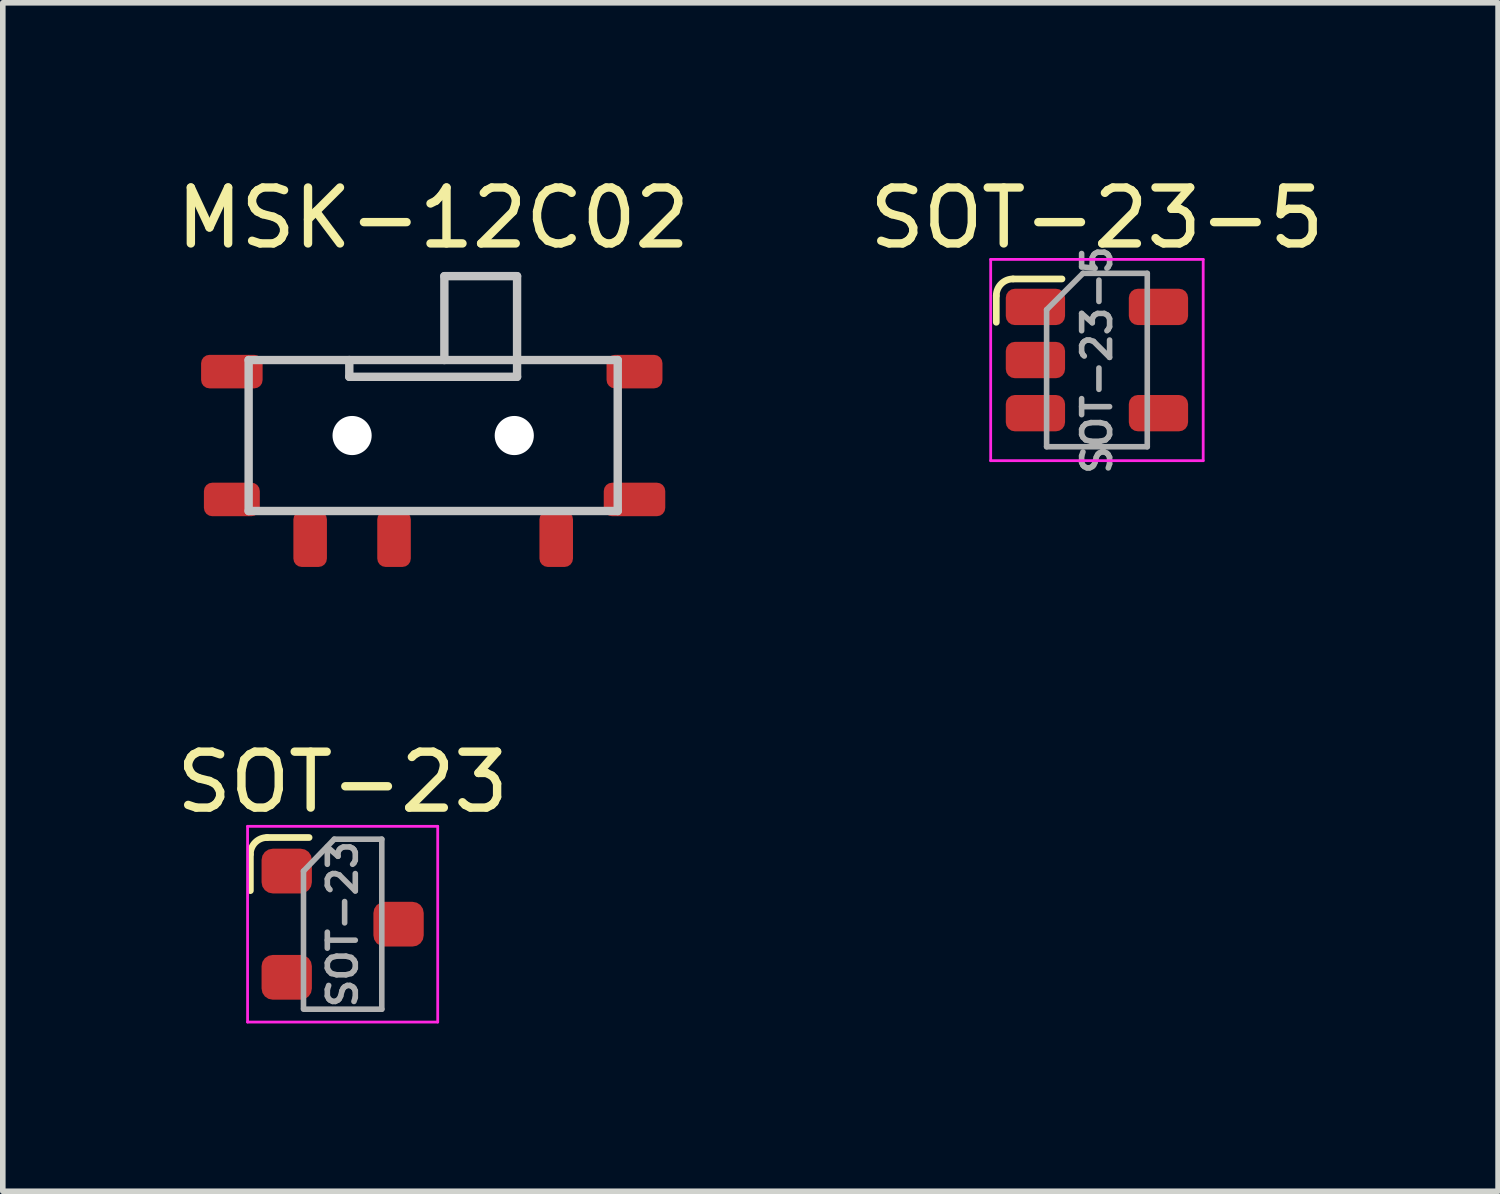
<source format=kicad_pcb>
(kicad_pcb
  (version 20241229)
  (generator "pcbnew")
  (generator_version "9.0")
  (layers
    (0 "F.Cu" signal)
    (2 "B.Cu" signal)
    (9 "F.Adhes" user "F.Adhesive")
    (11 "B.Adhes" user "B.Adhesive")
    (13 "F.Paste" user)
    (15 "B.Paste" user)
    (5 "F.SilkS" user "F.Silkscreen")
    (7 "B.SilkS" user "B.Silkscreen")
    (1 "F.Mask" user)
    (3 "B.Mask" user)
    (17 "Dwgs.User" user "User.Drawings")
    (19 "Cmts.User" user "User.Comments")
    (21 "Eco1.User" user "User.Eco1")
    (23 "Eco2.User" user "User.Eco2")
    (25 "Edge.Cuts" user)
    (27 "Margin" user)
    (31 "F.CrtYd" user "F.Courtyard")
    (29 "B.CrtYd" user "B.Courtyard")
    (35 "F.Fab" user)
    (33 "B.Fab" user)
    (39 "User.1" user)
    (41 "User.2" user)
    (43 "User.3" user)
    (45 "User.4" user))
  (footprint "MSK-12C02"
    (layer "F.Cu")
    (at 4.696 4.658)
    (property "Reference" "MSK-12C02" (at 0 -3.81 0) (layer "F.SilkS") (effects (font (size 1 1) (thickness 0.15))))
    (fp_line (start -3.3 -1.27) (end -3.3 1.43) (stroke (width 0.15) (type solid)) (layer "Dwgs.User"))
    (fp_line (start -1.5 -0.97) (end -1.5 -1.27) (stroke (width 0.15) (type solid)) (layer "Dwgs.User"))
    (fp_line (start -1.5 -0.97) (end 1.5 -0.97) (stroke (width 0.15) (type solid)) (layer "Dwgs.User"))
    (fp_line (start 0.2 -2.77) (end 1.5 -2.77) (stroke (width 0.15) (type solid)) (layer "Dwgs.User"))
    (fp_line (start 0.2 -1.27) (end 0.2 -2.77) (stroke (width 0.15) (type solid)) (layer "Dwgs.User"))
    (fp_line (start 1.5 -2.77) (end 1.5 -1.27) (stroke (width 0.15) (type solid)) (layer "Dwgs.User"))
    (fp_line (start 1.5 -0.97) (end 1.5 -1.27) (stroke (width 0.15) (type solid)) (layer "Dwgs.User"))
    (fp_line (start 3.3 -1.27) (end -3.3 -1.27) (stroke (width 0.15) (type solid)) (layer "Dwgs.User"))
    (fp_line (start 3.3 -1.27) (end 3.3 1.43) (stroke (width 0.15) (type solid)) (layer "Dwgs.User"))
    (fp_line (start 3.3 1.43) (end -3.3 1.43) (stroke (width 0.15) (type solid)) (layer "Dwgs.User"))
    (pad "" smd roundrect (at -3.6 -1.063) (size 1.1 0.6) (layers "F.Cu" "F.Mask" "F.Paste") (roundrect_rratio 0.25))
    (pad "" smd roundrect (at -3.6 1.223) (size 1 0.6) (layers "F.Cu" "F.Mask" "F.Paste") (roundrect_rratio 0.25))
    (pad "" np_thru_hole circle (at -1.45 0.08 90) (size 0.7 0.7) (drill 0.7) (layers "*.Cu" "*.Mask"))
    (pad "" np_thru_hole circle (at 1.45 0.08 90) (size 0.7 0.7) (drill 0.7) (layers "*.Cu" "*.Mask"))
    (pad "" smd roundrect (at 3.6 -1.063) (size 1 0.6) (layers "F.Cu" "F.Mask" "F.Paste") (roundrect_rratio 0.25))
    (pad "" smd roundrect (at 3.6 1.223) (size 1.1 0.6) (layers "F.Cu" "F.Mask" "F.Paste") (roundrect_rratio 0.25))
    (pad "1" smd roundrect (at 2.2 1.93 90) (size 1 0.6) (layers "F.Cu" "F.Mask" "F.Paste") (roundrect_rratio 0.25))
    (pad "2" smd roundrect (at -0.7 1.93 90) (size 1 0.6) (layers "F.Cu" "F.Mask" "F.Paste") (roundrect_rratio 0.25))
    (pad "3" smd roundrect (at -2.2 1.93 90) (size 1 0.6) (layers "F.Cu" "F.Mask" "F.Paste") (roundrect_rratio 0.25)))
  (footprint "SOT-23-5"
    (layer "F.Cu")
    (at 16.565 3.388)
    (property "Reference" "SOT-23-5" (at 0 -2.54 0) (layer "F.SilkS") (effects (font (size 1 1) (thickness 0.15))))
    (fp_line (start -1.8 -0.675) (end -1.8 -1.15) (stroke (width 0.12) (type solid)) (layer "F.SilkS"))
    (fp_line (start -1.5 -1.45) (end -0.625 -1.45) (stroke (width 0.12) (type solid)) (layer "F.SilkS"))
    (fp_arc (start -1.8 -1.15) (mid -1.712132 -1.362132) (end -1.5 -1.45) (stroke (width 0.12) (type solid)) (layer "F.SilkS"))
    (fp_line (start -1.9 -1.8) (end 1.9 -1.8) (stroke (width 0.05) (type solid)) (layer "F.CrtYd"))
    (fp_line (start -1.9 1.8) (end -1.9 -1.8) (stroke (width 0.05) (type solid)) (layer "F.CrtYd"))
    (fp_line (start 1.9 -1.8) (end 1.9 1.8) (stroke (width 0.05) (type solid)) (layer "F.CrtYd"))
    (fp_line (start 1.9 1.8) (end -1.9 1.8) (stroke (width 0.05) (type solid)) (layer "F.CrtYd"))
    (fp_line (start -0.9 -0.9) (end -0.9 1.55) (stroke (width 0.1) (type solid)) (layer "F.Fab"))
    (fp_line (start -0.9 -0.9) (end -0.25 -1.55) (stroke (width 0.1) (type solid)) (layer "F.Fab"))
    (fp_line (start 0.9 -1.55) (end -0.25 -1.55) (stroke (width 0.1) (type solid)) (layer "F.Fab"))
    (fp_line (start 0.9 -1.55) (end 0.9 1.55) (stroke (width 0.1) (type solid)) (layer "F.Fab"))
    (fp_line (start 0.9 1.55) (end -0.9 1.55) (stroke (width 0.1) (type solid)) (layer "F.Fab"))
    (fp_text user "${REFERENCE}" (at 0 0 90) (unlocked yes) (layer "F.Fab") (effects (font (size 0.5 0.5) (thickness 0.1))))
    (pad "1" smd roundrect (at -1.1 -0.95) (size 1.06 0.65) (layers "F.Cu" "F.Mask" "F.Paste") (roundrect_rratio 0.25))
    (pad "2" smd roundrect (at -1.1 0) (size 1.06 0.65) (layers "F.Cu" "F.Mask" "F.Paste") (roundrect_rratio 0.25))
    (pad "3" smd roundrect (at -1.1 0.95) (size 1.06 0.65) (layers "F.Cu" "F.Mask" "F.Paste") (roundrect_rratio 0.25))
    (pad "4" smd roundrect (at 1.1 0.95) (size 1.06 0.65) (layers "F.Cu" "F.Mask" "F.Paste") (roundrect_rratio 0.25))
    (pad "5" smd roundrect (at 1.1 -0.95) (size 1.06 0.65) (layers "F.Cu" "F.Mask" "F.Paste") (roundrect_rratio 0.25)))
  (footprint "SOT-23"
    (layer "F.Cu")
    (at 3.077 13.476)
    (property "Reference" "SOT-23" (at 0 -2.54 0) (layer "F.SilkS") (effects (font (size 1 1) (thickness 0.15))))
    (fp_line (start -1.65 -0.6) (end -1.65 -1.25) (stroke (width 0.12) (type solid)) (layer "F.SilkS"))
    (fp_line (start -1.35 -1.55) (end -0.6 -1.55) (stroke (width 0.12) (type solid)) (layer "F.SilkS"))
    (fp_arc (start -1.65 -1.25) (mid -1.562132 -1.462132) (end -1.35 -1.55) (stroke (width 0.12) (type solid)) (layer "F.SilkS"))
    (fp_line (start -1.7 -1.75) (end 1.7 -1.75) (stroke (width 0.05) (type solid)) (layer "F.CrtYd"))
    (fp_line (start -1.7 1.75) (end -1.7 -1.75) (stroke (width 0.05) (type solid)) (layer "F.CrtYd"))
    (fp_line (start 1.7 -1.75) (end 1.7 1.75) (stroke (width 0.05) (type solid)) (layer "F.CrtYd"))
    (fp_line (start 1.7 1.75) (end -1.7 1.75) (stroke (width 0.05) (type solid)) (layer "F.CrtYd"))
    (fp_line (start -0.7 -0.95) (end -0.7 1.5) (stroke (width 0.1) (type solid)) (layer "F.Fab"))
    (fp_line (start -0.7 -0.95) (end -0.15 -1.52) (stroke (width 0.1) (type solid)) (layer "F.Fab"))
    (fp_line (start -0.7 1.52) (end 0.7 1.52) (stroke (width 0.1) (type solid)) (layer "F.Fab"))
    (fp_line (start -0.15 -1.52) (end 0.7 -1.52) (stroke (width 0.1) (type solid)) (layer "F.Fab"))
    (fp_line (start 0.7 -1.52) (end 0.7 1.52) (stroke (width 0.1) (type solid)) (layer "F.Fab"))
    (fp_text user "${REFERENCE}" (at 0 0 90) (unlocked yes) (layer "F.Fab") (effects (font (size 0.5 0.5) (thickness 0.1))))
    (pad "1" smd roundrect (at -1 -0.95) (size 0.9 0.8) (layers "F.Cu" "F.Mask" "F.Paste") (roundrect_rratio 0.25))
    (pad "2" smd roundrect (at -1 0.95) (size 0.9 0.8) (layers "F.Cu" "F.Mask" "F.Paste") (roundrect_rratio 0.25))
    (pad "3" smd roundrect (at 1 0) (size 0.9 0.8) (layers "F.Cu" "F.Mask" "F.Paste") (roundrect_rratio 0.25)))
  (gr_rect
    (start -3 -3)
    (end 23.738 18.252)
    (stroke (width 0.1) (type default))
    (fill no)
    (layer "Edge.Cuts")))
</source>
